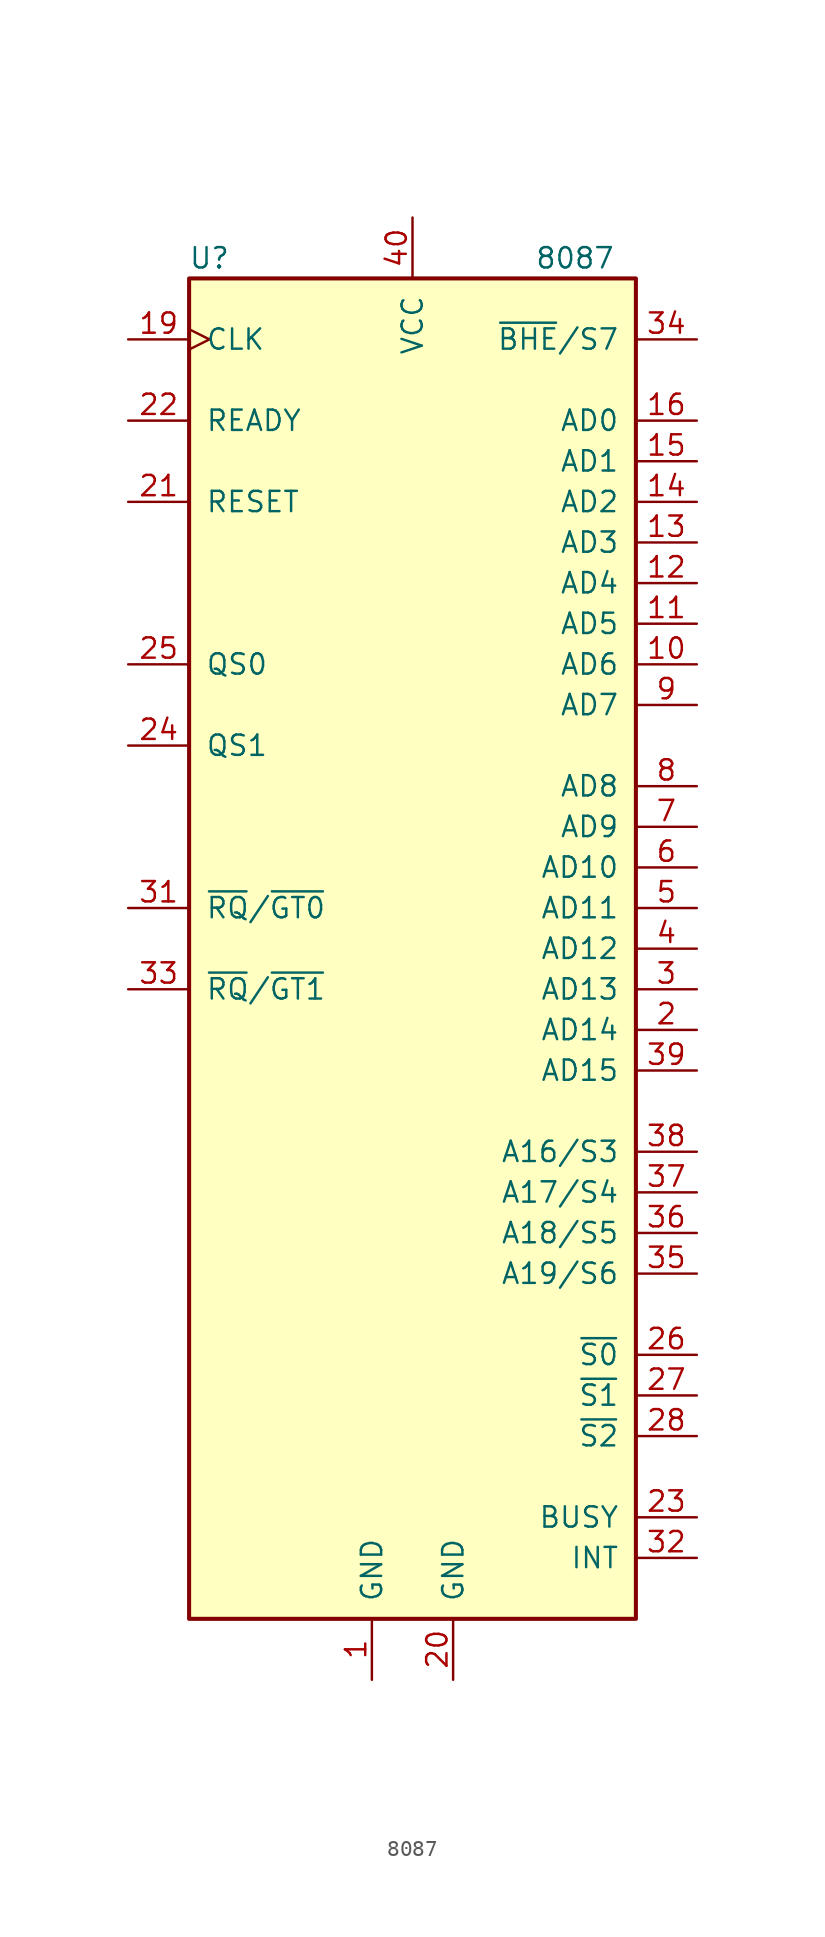
<source format=kicad_sym>
(kicad_symbol_lib
  (version 20201005)
  (generator kicad_symbol_editor)
  (symbol "8087"
    (pin_names
      (offset 1.016))
    (property "Reference" "U"
      (at -12.7 43.18 0)
      (effects (font (size 1.27 1.27))))
    (property "Value" "8087"
      (at 10.16 43.18 0)
      (effects (font (size 1.27 1.27))))
    (symbol "8087_0_1"
      (rectangle (start 13.97 -41.91) (end -13.97 41.91) (stroke (width 0.254)) (fill (type background))))
    (symbol "8087_1_1"
      (pin power_in line (at -2.54 -45.72 90) (length 3.81) (name "GND" (effects (font (size 1.27 1.27)))) (number "1" (effects (font (size 1.27 1.27)))))
      (pin bidirectional line (at 17.78 17.78 180) (length 3.81) (name "AD6" (effects (font (size 1.27 1.27)))) (number "10" (effects (font (size 1.27 1.27)))))
      (pin bidirectional line (at 17.78 20.32 180) (length 3.81) (name "AD5" (effects (font (size 1.27 1.27)))) (number "11" (effects (font (size 1.27 1.27)))))
      (pin bidirectional line (at 17.78 22.86 180) (length 3.81) (name "AD4" (effects (font (size 1.27 1.27)))) (number "12" (effects (font (size 1.27 1.27)))))
      (pin bidirectional line (at 17.78 25.4 180) (length 3.81) (name "AD3" (effects (font (size 1.27 1.27)))) (number "13" (effects (font (size 1.27 1.27)))))
      (pin bidirectional line (at 17.78 27.94 180) (length 3.81) (name "AD2" (effects (font (size 1.27 1.27)))) (number "14" (effects (font (size 1.27 1.27)))))
      (pin bidirectional line (at 17.78 30.48 180) (length 3.81) (name "AD1" (effects (font (size 1.27 1.27)))) (number "15" (effects (font (size 1.27 1.27)))))
      (pin bidirectional line (at 17.78 33.02 180) (length 3.81) (name "AD0" (effects (font (size 1.27 1.27)))) (number "16" (effects (font (size 1.27 1.27)))))
      (pin no_connect line (at -17.78 -30.48 0) (length 3.81) hide (name "NC" (effects (font (size 1.27 1.27)))) (number "17" (effects (font (size 1.27 1.27)))))
      (pin no_connect line (at -17.78 -33.02 0) (length 3.81) hide (name "NC" (effects (font (size 1.27 1.27)))) (number "18" (effects (font (size 1.27 1.27)))))
      (pin input clock (at -17.78 38.1 0) (length 3.81) (name "CLK" (effects (font (size 1.27 1.27)))) (number "19" (effects (font (size 1.27 1.27)))))
      (pin bidirectional line (at 17.78 -5.08 180) (length 3.81) (name "AD14" (effects (font (size 1.27 1.27)))) (number "2" (effects (font (size 1.27 1.27)))))
      (pin power_in line (at 2.54 -45.72 90) (length 3.81) (name "GND" (effects (font (size 1.27 1.27)))) (number "20" (effects (font (size 1.27 1.27)))))
      (pin input line (at -17.78 27.94 0) (length 3.81) (name "RESET" (effects (font (size 1.27 1.27)))) (number "21" (effects (font (size 1.27 1.27)))))
      (pin input line (at -17.78 33.02 0) (length 3.81) (name "READY" (effects (font (size 1.27 1.27)))) (number "22" (effects (font (size 1.27 1.27)))))
      (pin output line (at 17.78 -35.56 180) (length 3.81) (name "BUSY" (effects (font (size 1.27 1.27)))) (number "23" (effects (font (size 1.27 1.27)))))
      (pin input line (at -17.78 12.7 0) (length 3.81) (name "QS1" (effects (font (size 1.27 1.27)))) (number "24" (effects (font (size 1.27 1.27)))))
      (pin input line (at -17.78 17.78 0) (length 3.81) (name "QS0" (effects (font (size 1.27 1.27)))) (number "25" (effects (font (size 1.27 1.27)))))
      (pin bidirectional line (at 17.78 -25.4 180) (length 3.81) (name "~S0~" (effects (font (size 1.27 1.27)))) (number "26" (effects (font (size 1.27 1.27)))))
      (pin bidirectional line (at 17.78 -27.94 180) (length 3.81) (name "~S1~" (effects (font (size 1.27 1.27)))) (number "27" (effects (font (size 1.27 1.27)))))
      (pin bidirectional line (at 17.78 -30.48 180) (length 3.81) (name "~S2~" (effects (font (size 1.27 1.27)))) (number "28" (effects (font (size 1.27 1.27)))))
      (pin no_connect line (at -17.78 -35.56 0) (length 3.81) hide (name "NC" (effects (font (size 1.27 1.27)))) (number "29" (effects (font (size 1.27 1.27)))))
      (pin bidirectional line (at 17.78 -2.54 180) (length 3.81) (name "AD13" (effects (font (size 1.27 1.27)))) (number "3" (effects (font (size 1.27 1.27)))))
      (pin no_connect line (at -17.78 -38.1 0) (length 3.81) hide (name "NC" (effects (font (size 1.27 1.27)))) (number "30" (effects (font (size 1.27 1.27)))))
      (pin bidirectional line (at -17.78 2.54 0) (length 3.81) (name "~RQ~/~GT0~" (effects (font (size 1.27 1.27)))) (number "31" (effects (font (size 1.27 1.27)))))
      (pin output line (at 17.78 -38.1 180) (length 3.81) (name "INT" (effects (font (size 1.27 1.27)))) (number "32" (effects (font (size 1.27 1.27)))))
      (pin bidirectional line (at -17.78 -2.54 0) (length 3.81) (name "~RQ~/~GT1~" (effects (font (size 1.27 1.27)))) (number "33" (effects (font (size 1.27 1.27)))))
      (pin bidirectional line (at 17.78 38.1 180) (length 3.81) (name "~BHE~/S7" (effects (font (size 1.27 1.27)))) (number "34" (effects (font (size 1.27 1.27)))))
      (pin bidirectional line (at 17.78 -20.32 180) (length 3.81) (name "A19/S6" (effects (font (size 1.27 1.27)))) (number "35" (effects (font (size 1.27 1.27)))))
      (pin bidirectional line (at 17.78 -17.78 180) (length 3.81) (name "A18/S5" (effects (font (size 1.27 1.27)))) (number "36" (effects (font (size 1.27 1.27)))))
      (pin bidirectional line (at 17.78 -15.24 180) (length 3.81) (name "A17/S4" (effects (font (size 1.27 1.27)))) (number "37" (effects (font (size 1.27 1.27)))))
      (pin bidirectional line (at 17.78 -12.7 180) (length 3.81) (name "A16/S3" (effects (font (size 1.27 1.27)))) (number "38" (effects (font (size 1.27 1.27)))))
      (pin bidirectional line (at 17.78 -7.62 180) (length 3.81) (name "AD15" (effects (font (size 1.27 1.27)))) (number "39" (effects (font (size 1.27 1.27)))))
      (pin bidirectional line (at 17.78 0 180) (length 3.81) (name "AD12" (effects (font (size 1.27 1.27)))) (number "4" (effects (font (size 1.27 1.27)))))
      (pin power_in line (at 0 45.72 270) (length 3.81) (name "VCC" (effects (font (size 1.27 1.27)))) (number "40" (effects (font (size 1.27 1.27)))))
      (pin bidirectional line (at 17.78 2.54 180) (length 3.81) (name "AD11" (effects (font (size 1.27 1.27)))) (number "5" (effects (font (size 1.27 1.27)))))
      (pin bidirectional line (at 17.78 5.08 180) (length 3.81) (name "AD10" (effects (font (size 1.27 1.27)))) (number "6" (effects (font (size 1.27 1.27)))))
      (pin bidirectional line (at 17.78 7.62 180) (length 3.81) (name "AD9" (effects (font (size 1.27 1.27)))) (number "7" (effects (font (size 1.27 1.27)))))
      (pin bidirectional line (at 17.78 10.16 180) (length 3.81) (name "AD8" (effects (font (size 1.27 1.27)))) (number "8" (effects (font (size 1.27 1.27)))))
      (pin bidirectional line (at 17.78 15.24 180) (length 3.81) (name "AD7" (effects (font (size 1.27 1.27)))) (number "9" (effects (font (size 1.27 1.27))))))))
</source>
